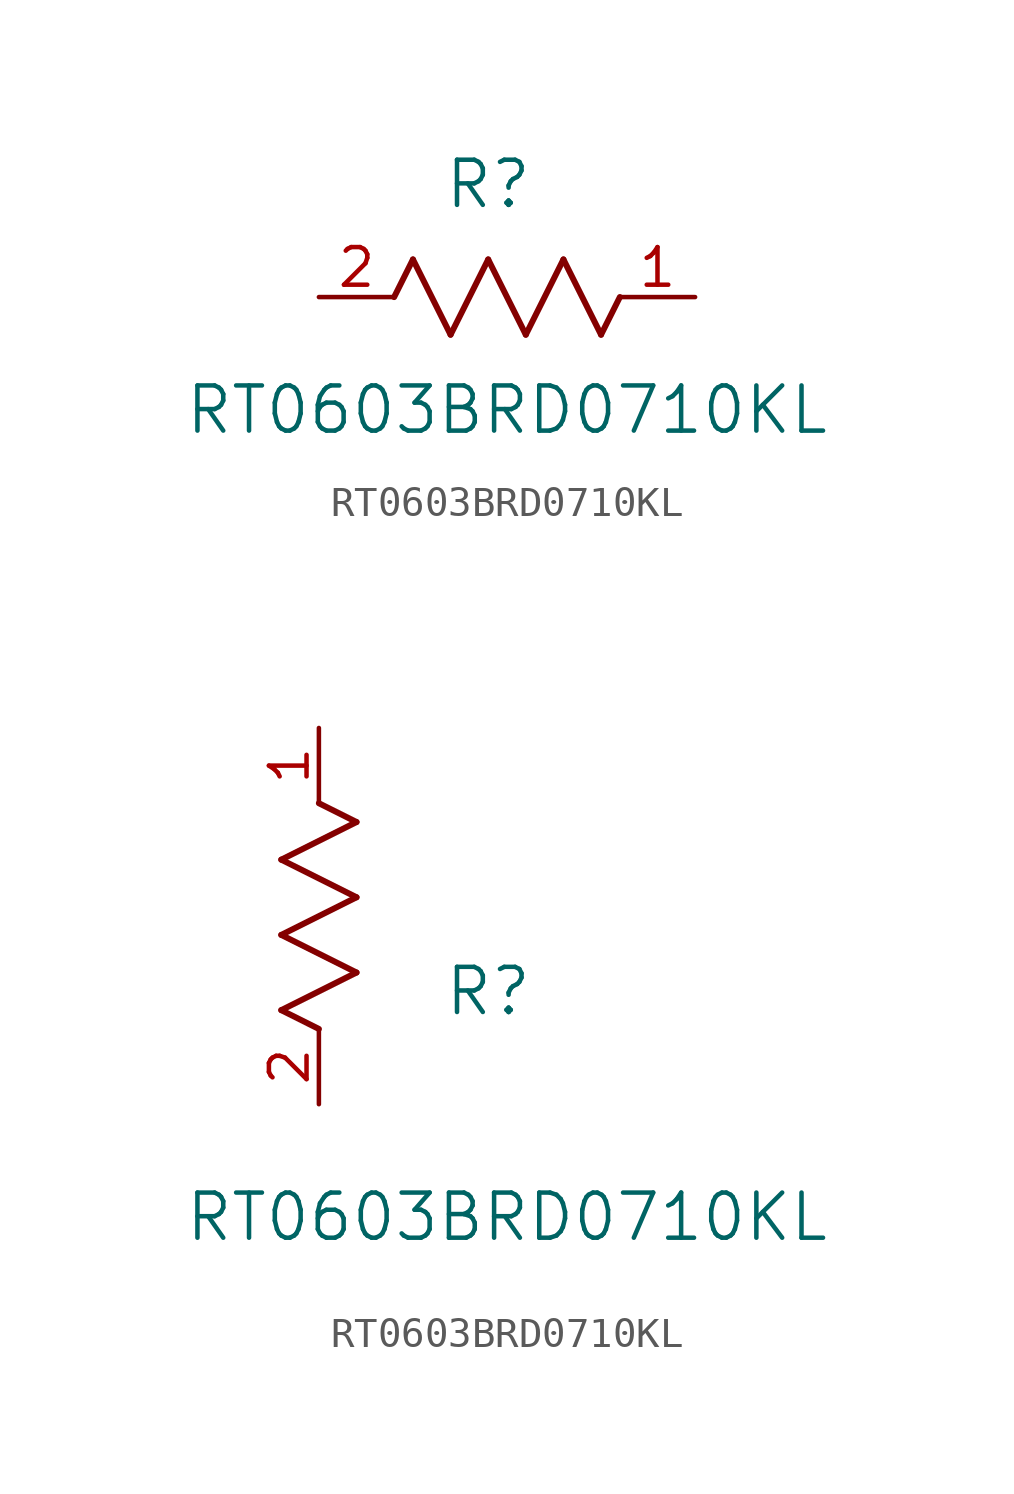
<source format=kicad_sym>
(kicad_symbol_lib
  (version 20211014)
  (generator kicad_symbol_editor)
  (symbol "RT0603BRD0710KL"
    (pin_names
      (offset 0.254))
    (property "Reference" "R"
      (at 5.715 3.81 0)
      (effects (font (size 1.524 1.524))))
    (property "Value" "RT0603BRD0710KL"
      (at 6.35 -3.81 0)
      (effects (font (size 1.524 1.524))))
    (symbol "RT0603BRD0710KL_1_1"
      (polyline (pts (xy 3.175 1.27) (xy 4.445 -1.27)) (stroke (width 0.203) (type default) (color 0 0 0 0)) (fill (type none)))
      (polyline (pts (xy 4.445 -1.27) (xy 5.715 1.27)) (stroke (width 0.203) (type default) (color 0 0 0 0)) (fill (type none)))
      (polyline (pts (xy 5.715 1.27) (xy 6.985 -1.27)) (stroke (width 0.203) (type default) (color 0 0 0 0)) (fill (type none)))
      (polyline (pts (xy 6.985 -1.27) (xy 8.255 1.27)) (stroke (width 0.203) (type default) (color 0 0 0 0)) (fill (type none)))
      (polyline (pts (xy 8.255 1.27) (xy 9.525 -1.27)) (stroke (width 0.203) (type default) (color 0 0 0 0)) (fill (type none)))
      (polyline (pts (xy 2.54 0) (xy 3.175 1.27)) (stroke (width 0.203) (type default) (color 0 0 0 0)) (fill (type none)))
      (polyline (pts (xy 9.525 -1.27) (xy 10.16 0)) (stroke (width 0.203) (type default) (color 0 0 0 0)) (fill (type none)))
      (pin unspecified line (at 12.7 0 180) (length 2.54) (name "" (effects (font (size 1.27 1.27)))) (number "1" (effects (font (size 1.27 1.27)))))
      (pin unspecified line (at 0 0 0) (length 2.54) (name "" (effects (font (size 1.27 1.27)))) (number "2" (effects (font (size 1.27 1.27))))))
    (symbol "RT0603BRD0710KL_1_2"
      (polyline (pts (xy 0 2.54) (xy -1.27 3.175)) (stroke (width 0.203) (type default) (color 0 0 0 0)) (fill (type none)))
      (polyline (pts (xy -1.27 3.175) (xy 1.27 4.445)) (stroke (width 0.203) (type default) (color 0 0 0 0)) (fill (type none)))
      (polyline (pts (xy 1.27 4.445) (xy -1.27 5.715)) (stroke (width 0.203) (type default) (color 0 0 0 0)) (fill (type none)))
      (polyline (pts (xy -1.27 5.715) (xy 1.27 6.985)) (stroke (width 0.203) (type default) (color 0 0 0 0)) (fill (type none)))
      (polyline (pts (xy -1.27 8.255) (xy 1.27 9.525)) (stroke (width 0.203) (type default) (color 0 0 0 0)) (fill (type none)))
      (polyline (pts (xy 1.27 9.525) (xy 0 10.16)) (stroke (width 0.203) (type default) (color 0 0 0 0)) (fill (type none)))
      (polyline (pts (xy 1.27 6.985) (xy -1.27 8.255)) (stroke (width 0.203) (type default) (color 0 0 0 0)) (fill (type none)))
      (pin unspecified line (at 0 12.7 270) (length 2.54) (name "" (effects (font (size 1.27 1.27)))) (number "1" (effects (font (size 1.27 1.27)))))
      (pin unspecified line (at 0 0 90) (length 2.54) (name "" (effects (font (size 1.27 1.27)))) (number "2" (effects (font (size 1.27 1.27))))))))
</source>
